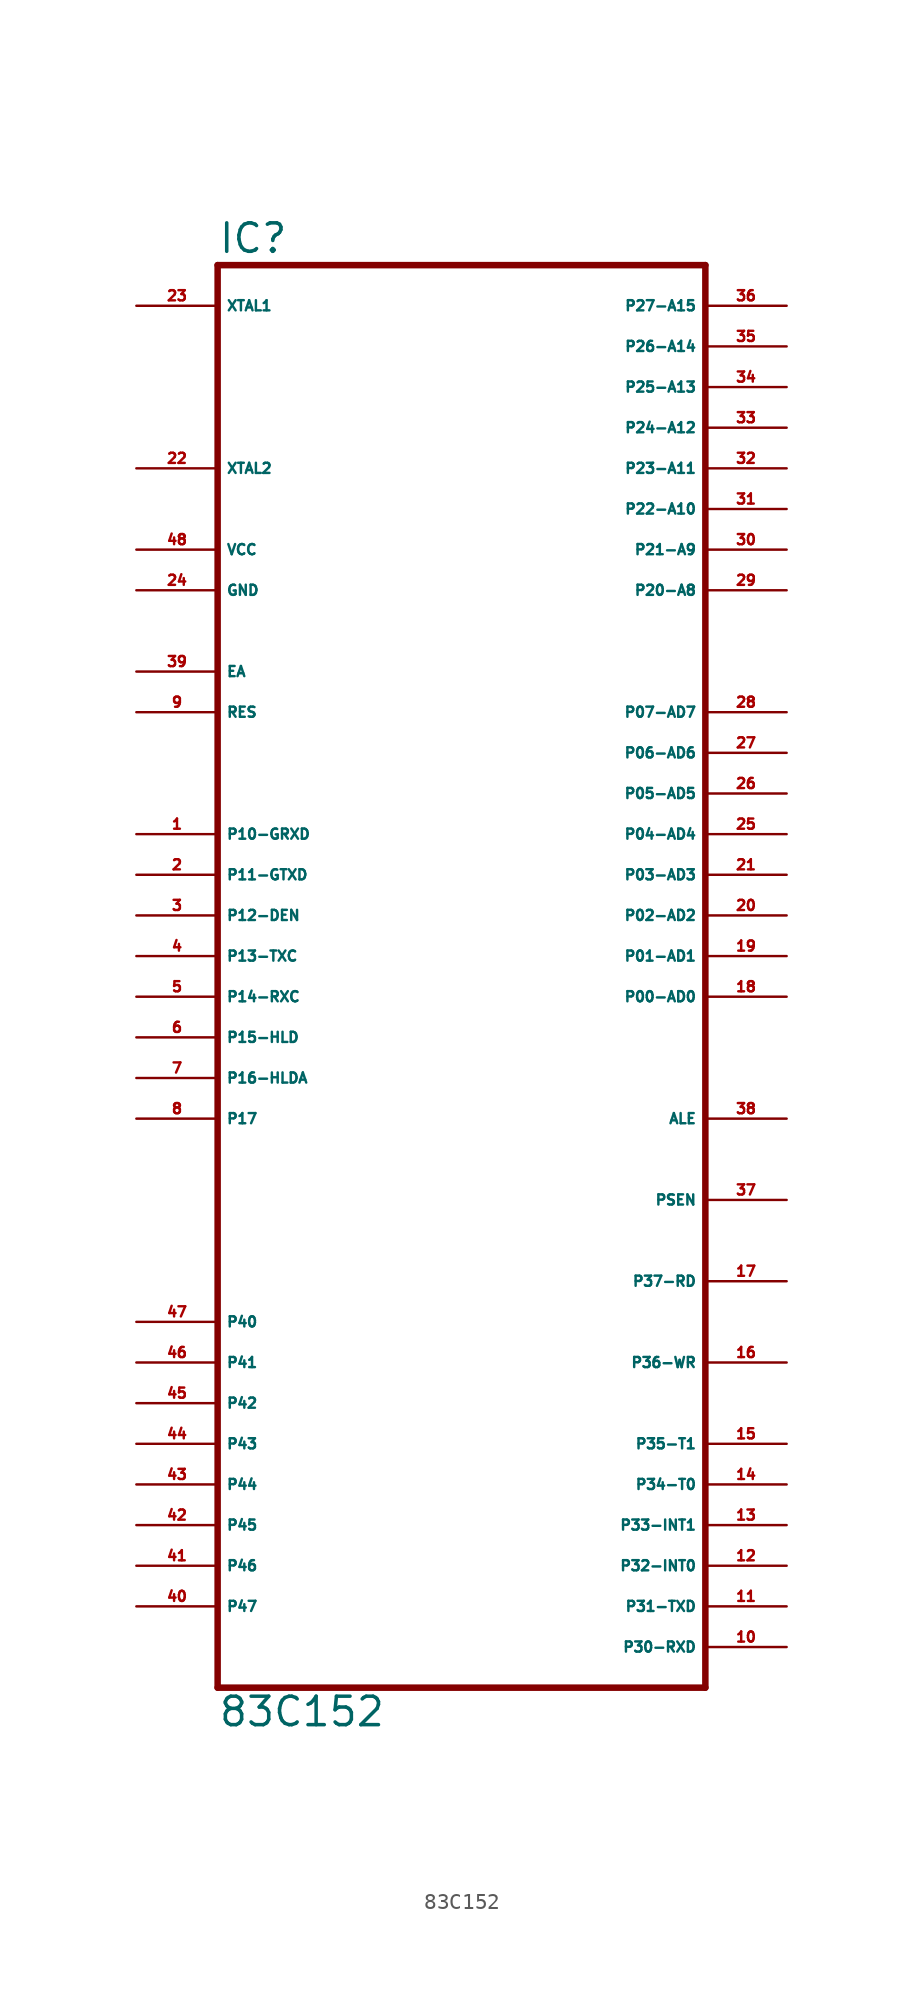
<source format=kicad_sym>
(kicad_symbol_lib
  (version 20220914)
  (generator Eagle2Kicad)
  (symbol "83C152"
    (property "Reference" "IC"
      (at -15.24 43.815 0)
      (effects (font (size 1.778 1.778) (thickness 0.22)) (justify left bottom)))
    (property "Value" "83C152"
      (at -15.24 -48.26 0)
      (effects (font (size 1.778 1.778) (thickness 0.22)) (justify left bottom)))
    (polyline
      (pts (xy 15.24 43.18) (xy 15.24 -45.72))
      (stroke (width 0.406) (type default))
      (fill (type none)))
    (polyline
      (pts (xy -15.24 -45.72) (xy 15.24 -45.72))
      (stroke (width 0.406) (type default))
      (fill (type none)))
    (polyline
      (pts (xy -15.24 -45.72) (xy -15.24 43.18))
      (stroke (width 0.406) (type default))
      (fill (type none)))
    (polyline
      (pts (xy 15.24 43.18) (xy -15.24 43.18))
      (stroke (width 0.406) (type default))
      (fill (type none)))
    (pin input line
      (at -20.32 30.48 0)
      (length 5.08)
      (name "XTAL2" (effects (font (size 0.635 0.635) (thickness 0.08)) (justify left bottom)))
      (number "22" (effects (font (size 0.635 0.635) (thickness 0.08)) (justify left bottom))))
    (pin input line
      (at -20.32 40.64 0)
      (length 5.08)
      (name "XTAL1" (effects (font (size 0.635 0.635) (thickness 0.08)) (justify left bottom)))
      (number "23" (effects (font (size 0.635 0.635) (thickness 0.08)) (justify left bottom))))
    (pin input line
      (at -20.32 17.78 0)
      (length 5.08)
      (name "EA" (effects (font (size 0.635 0.635) (thickness 0.08)) (justify left bottom)))
      (number "39" (effects (font (size 0.635 0.635) (thickness 0.08)) (justify left bottom))))
    (pin bidirectional line
      (at 20.32 40.64 180)
      (length 5.08)
      (name "P27-A15" (effects (font (size 0.635 0.635) (thickness 0.08)) (justify left bottom)))
      (number "36" (effects (font (size 0.635 0.635) (thickness 0.08)) (justify left bottom))))
    (pin bidirectional line
      (at 20.32 38.1 180)
      (length 5.08)
      (name "P26-A14" (effects (font (size 0.635 0.635) (thickness 0.08)) (justify left bottom)))
      (number "35" (effects (font (size 0.635 0.635) (thickness 0.08)) (justify left bottom))))
    (pin bidirectional line
      (at 20.32 35.56 180)
      (length 5.08)
      (name "P25-A13" (effects (font (size 0.635 0.635) (thickness 0.08)) (justify left bottom)))
      (number "34" (effects (font (size 0.635 0.635) (thickness 0.08)) (justify left bottom))))
    (pin bidirectional line
      (at 20.32 33.02 180)
      (length 5.08)
      (name "P24-A12" (effects (font (size 0.635 0.635) (thickness 0.08)) (justify left bottom)))
      (number "33" (effects (font (size 0.635 0.635) (thickness 0.08)) (justify left bottom))))
    (pin bidirectional line
      (at 20.32 30.48 180)
      (length 5.08)
      (name "P23-A11" (effects (font (size 0.635 0.635) (thickness 0.08)) (justify left bottom)))
      (number "32" (effects (font (size 0.635 0.635) (thickness 0.08)) (justify left bottom))))
    (pin bidirectional line
      (at 20.32 27.94 180)
      (length 5.08)
      (name "P22-A10" (effects (font (size 0.635 0.635) (thickness 0.08)) (justify left bottom)))
      (number "31" (effects (font (size 0.635 0.635) (thickness 0.08)) (justify left bottom))))
    (pin bidirectional line
      (at 20.32 25.4 180)
      (length 5.08)
      (name "P21-A9" (effects (font (size 0.635 0.635) (thickness 0.08)) (justify left bottom)))
      (number "30" (effects (font (size 0.635 0.635) (thickness 0.08)) (justify left bottom))))
    (pin bidirectional line
      (at 20.32 22.86 180)
      (length 5.08)
      (name "P20-A8" (effects (font (size 0.635 0.635) (thickness 0.08)) (justify left bottom)))
      (number "29" (effects (font (size 0.635 0.635) (thickness 0.08)) (justify left bottom))))
    (pin bidirectional line
      (at 20.32 15.24 180)
      (length 5.08)
      (name "P07-AD7" (effects (font (size 0.635 0.635) (thickness 0.08)) (justify left bottom)))
      (number "28" (effects (font (size 0.635 0.635) (thickness 0.08)) (justify left bottom))))
    (pin bidirectional line
      (at 20.32 12.7 180)
      (length 5.08)
      (name "P06-AD6" (effects (font (size 0.635 0.635) (thickness 0.08)) (justify left bottom)))
      (number "27" (effects (font (size 0.635 0.635) (thickness 0.08)) (justify left bottom))))
    (pin bidirectional line
      (at 20.32 10.16 180)
      (length 5.08)
      (name "P05-AD5" (effects (font (size 0.635 0.635) (thickness 0.08)) (justify left bottom)))
      (number "26" (effects (font (size 0.635 0.635) (thickness 0.08)) (justify left bottom))))
    (pin bidirectional line
      (at 20.32 7.62 180)
      (length 5.08)
      (name "P04-AD4" (effects (font (size 0.635 0.635) (thickness 0.08)) (justify left bottom)))
      (number "25" (effects (font (size 0.635 0.635) (thickness 0.08)) (justify left bottom))))
    (pin bidirectional line
      (at 20.32 5.08 180)
      (length 5.08)
      (name "P03-AD3" (effects (font (size 0.635 0.635) (thickness 0.08)) (justify left bottom)))
      (number "21" (effects (font (size 0.635 0.635) (thickness 0.08)) (justify left bottom))))
    (pin bidirectional line
      (at 20.32 2.54 180)
      (length 5.08)
      (name "P02-AD2" (effects (font (size 0.635 0.635) (thickness 0.08)) (justify left bottom)))
      (number "20" (effects (font (size 0.635 0.635) (thickness 0.08)) (justify left bottom))))
    (pin bidirectional line
      (at 20.32 0 180)
      (length 5.08)
      (name "P01-AD1" (effects (font (size 0.635 0.635) (thickness 0.08)) (justify left bottom)))
      (number "19" (effects (font (size 0.635 0.635) (thickness 0.08)) (justify left bottom))))
    (pin bidirectional line
      (at 20.32 -2.54 180)
      (length 5.08)
      (name "P00-AD0" (effects (font (size 0.635 0.635) (thickness 0.08)) (justify left bottom)))
      (number "18" (effects (font (size 0.635 0.635) (thickness 0.08)) (justify left bottom))))
    (pin output line
      (at 20.32 -10.16 180)
      (length 5.08)
      (name "ALE" (effects (font (size 0.635 0.635) (thickness 0.08)) (justify left bottom)))
      (number "38" (effects (font (size 0.635 0.635) (thickness 0.08)) (justify left bottom))))
    (pin output line
      (at 20.32 -15.24 180)
      (length 5.08)
      (name "PSEN" (effects (font (size 0.635 0.635) (thickness 0.08)) (justify left bottom)))
      (number "37" (effects (font (size 0.635 0.635) (thickness 0.08)) (justify left bottom))))
    (pin bidirectional line
      (at 20.32 -20.32 180)
      (length 5.08)
      (name "P37-RD" (effects (font (size 0.635 0.635) (thickness 0.08)) (justify left bottom)))
      (number "17" (effects (font (size 0.635 0.635) (thickness 0.08)) (justify left bottom))))
    (pin bidirectional line
      (at 20.32 -25.4 180)
      (length 5.08)
      (name "P36-WR" (effects (font (size 0.635 0.635) (thickness 0.08)) (justify left bottom)))
      (number "16" (effects (font (size 0.635 0.635) (thickness 0.08)) (justify left bottom))))
    (pin unspecified line
      (at -20.32 25.4 0)
      (length 5.08)
      (name "VCC" (effects (font (size 0.635 0.635) (thickness 0.08)) (justify left bottom)))
      (number "48" (effects (font (size 0.635 0.635) (thickness 0.08)) (justify left bottom))))
    (pin unspecified line
      (at -20.32 22.86 0)
      (length 5.08)
      (name "GND" (effects (font (size 0.635 0.635) (thickness 0.08)) (justify left bottom)))
      (number "24" (effects (font (size 0.635 0.635) (thickness 0.08)) (justify left bottom))))
    (pin bidirectional line
      (at -20.32 5.08 0)
      (length 5.08)
      (name "P11-GTXD" (effects (font (size 0.635 0.635) (thickness 0.08)) (justify left bottom)))
      (number "2" (effects (font (size 0.635 0.635) (thickness 0.08)) (justify left bottom))))
    (pin input line
      (at -20.32 15.24 0)
      (length 5.08)
      (name "RES" (effects (font (size 0.635 0.635) (thickness 0.08)) (justify left bottom)))
      (number "9" (effects (font (size 0.635 0.635) (thickness 0.08)) (justify left bottom))))
    (pin bidirectional line
      (at -20.32 0 0)
      (length 5.08)
      (name "P13-TXC" (effects (font (size 0.635 0.635) (thickness 0.08)) (justify left bottom)))
      (number "4" (effects (font (size 0.635 0.635) (thickness 0.08)) (justify left bottom))))
    (pin bidirectional line
      (at -20.32 -2.54 0)
      (length 5.08)
      (name "P14-RXC" (effects (font (size 0.635 0.635) (thickness 0.08)) (justify left bottom)))
      (number "5" (effects (font (size 0.635 0.635) (thickness 0.08)) (justify left bottom))))
    (pin bidirectional line
      (at -20.32 -5.08 0)
      (length 5.08)
      (name "P15-HLD" (effects (font (size 0.635 0.635) (thickness 0.08)) (justify left bottom)))
      (number "6" (effects (font (size 0.635 0.635) (thickness 0.08)) (justify left bottom))))
    (pin bidirectional line
      (at -20.32 -7.62 0)
      (length 5.08)
      (name "P16-HLDA" (effects (font (size 0.635 0.635) (thickness 0.08)) (justify left bottom)))
      (number "7" (effects (font (size 0.635 0.635) (thickness 0.08)) (justify left bottom))))
    (pin bidirectional line
      (at -20.32 -10.16 0)
      (length 5.08)
      (name "P17" (effects (font (size 0.635 0.635) (thickness 0.08)) (justify left bottom)))
      (number "8" (effects (font (size 0.635 0.635) (thickness 0.08)) (justify left bottom))))
    (pin bidirectional line
      (at 20.32 -43.18 180)
      (length 5.08)
      (name "P30-RXD" (effects (font (size 0.635 0.635) (thickness 0.08)) (justify left bottom)))
      (number "10" (effects (font (size 0.635 0.635) (thickness 0.08)) (justify left bottom))))
    (pin bidirectional line
      (at 20.32 -40.64 180)
      (length 5.08)
      (name "P31-TXD" (effects (font (size 0.635 0.635) (thickness 0.08)) (justify left bottom)))
      (number "11" (effects (font (size 0.635 0.635) (thickness 0.08)) (justify left bottom))))
    (pin bidirectional line
      (at 20.32 -38.1 180)
      (length 5.08)
      (name "P32-INT0" (effects (font (size 0.635 0.635) (thickness 0.08)) (justify left bottom)))
      (number "12" (effects (font (size 0.635 0.635) (thickness 0.08)) (justify left bottom))))
    (pin bidirectional line
      (at 20.32 -35.56 180)
      (length 5.08)
      (name "P33-INT1" (effects (font (size 0.635 0.635) (thickness 0.08)) (justify left bottom)))
      (number "13" (effects (font (size 0.635 0.635) (thickness 0.08)) (justify left bottom))))
    (pin bidirectional line
      (at 20.32 -33.02 180)
      (length 5.08)
      (name "P34-T0" (effects (font (size 0.635 0.635) (thickness 0.08)) (justify left bottom)))
      (number "14" (effects (font (size 0.635 0.635) (thickness 0.08)) (justify left bottom))))
    (pin bidirectional line
      (at 20.32 -30.48 180)
      (length 5.08)
      (name "P35-T1" (effects (font (size 0.635 0.635) (thickness 0.08)) (justify left bottom)))
      (number "15" (effects (font (size 0.635 0.635) (thickness 0.08)) (justify left bottom))))
    (pin bidirectional line
      (at -20.32 2.54 0)
      (length 5.08)
      (name "P12-DEN" (effects (font (size 0.635 0.635) (thickness 0.08)) (justify left bottom)))
      (number "3" (effects (font (size 0.635 0.635) (thickness 0.08)) (justify left bottom))))
    (pin bidirectional line
      (at -20.32 7.62 0)
      (length 5.08)
      (name "P10-GRXD" (effects (font (size 0.635 0.635) (thickness 0.08)) (justify left bottom)))
      (number "1" (effects (font (size 0.635 0.635) (thickness 0.08)) (justify left bottom))))
    (pin bidirectional line
      (at -20.32 -35.56 0)
      (length 5.08)
      (name "P45" (effects (font (size 0.635 0.635) (thickness 0.08)) (justify left bottom)))
      (number "42" (effects (font (size 0.635 0.635) (thickness 0.08)) (justify left bottom))))
    (pin bidirectional line
      (at -20.32 -33.02 0)
      (length 5.08)
      (name "P44" (effects (font (size 0.635 0.635) (thickness 0.08)) (justify left bottom)))
      (number "43" (effects (font (size 0.635 0.635) (thickness 0.08)) (justify left bottom))))
    (pin bidirectional line
      (at -20.32 -30.48 0)
      (length 5.08)
      (name "P43" (effects (font (size 0.635 0.635) (thickness 0.08)) (justify left bottom)))
      (number "44" (effects (font (size 0.635 0.635) (thickness 0.08)) (justify left bottom))))
    (pin bidirectional line
      (at -20.32 -27.94 0)
      (length 5.08)
      (name "P42" (effects (font (size 0.635 0.635) (thickness 0.08)) (justify left bottom)))
      (number "45" (effects (font (size 0.635 0.635) (thickness 0.08)) (justify left bottom))))
    (pin bidirectional line
      (at -20.32 -25.4 0)
      (length 5.08)
      (name "P41" (effects (font (size 0.635 0.635) (thickness 0.08)) (justify left bottom)))
      (number "46" (effects (font (size 0.635 0.635) (thickness 0.08)) (justify left bottom))))
    (pin bidirectional line
      (at -20.32 -22.86 0)
      (length 5.08)
      (name "P40" (effects (font (size 0.635 0.635) (thickness 0.08)) (justify left bottom)))
      (number "47" (effects (font (size 0.635 0.635) (thickness 0.08)) (justify left bottom))))
    (pin bidirectional line
      (at -20.32 -38.1 0)
      (length 5.08)
      (name "P46" (effects (font (size 0.635 0.635) (thickness 0.08)) (justify left bottom)))
      (number "41" (effects (font (size 0.635 0.635) (thickness 0.08)) (justify left bottom))))
    (pin bidirectional line
      (at -20.32 -40.64 0)
      (length 5.08)
      (name "P47" (effects (font (size 0.635 0.635) (thickness 0.08)) (justify left bottom)))
      (number "40" (effects (font (size 0.635 0.635) (thickness 0.08)) (justify left bottom))))))
</source>
